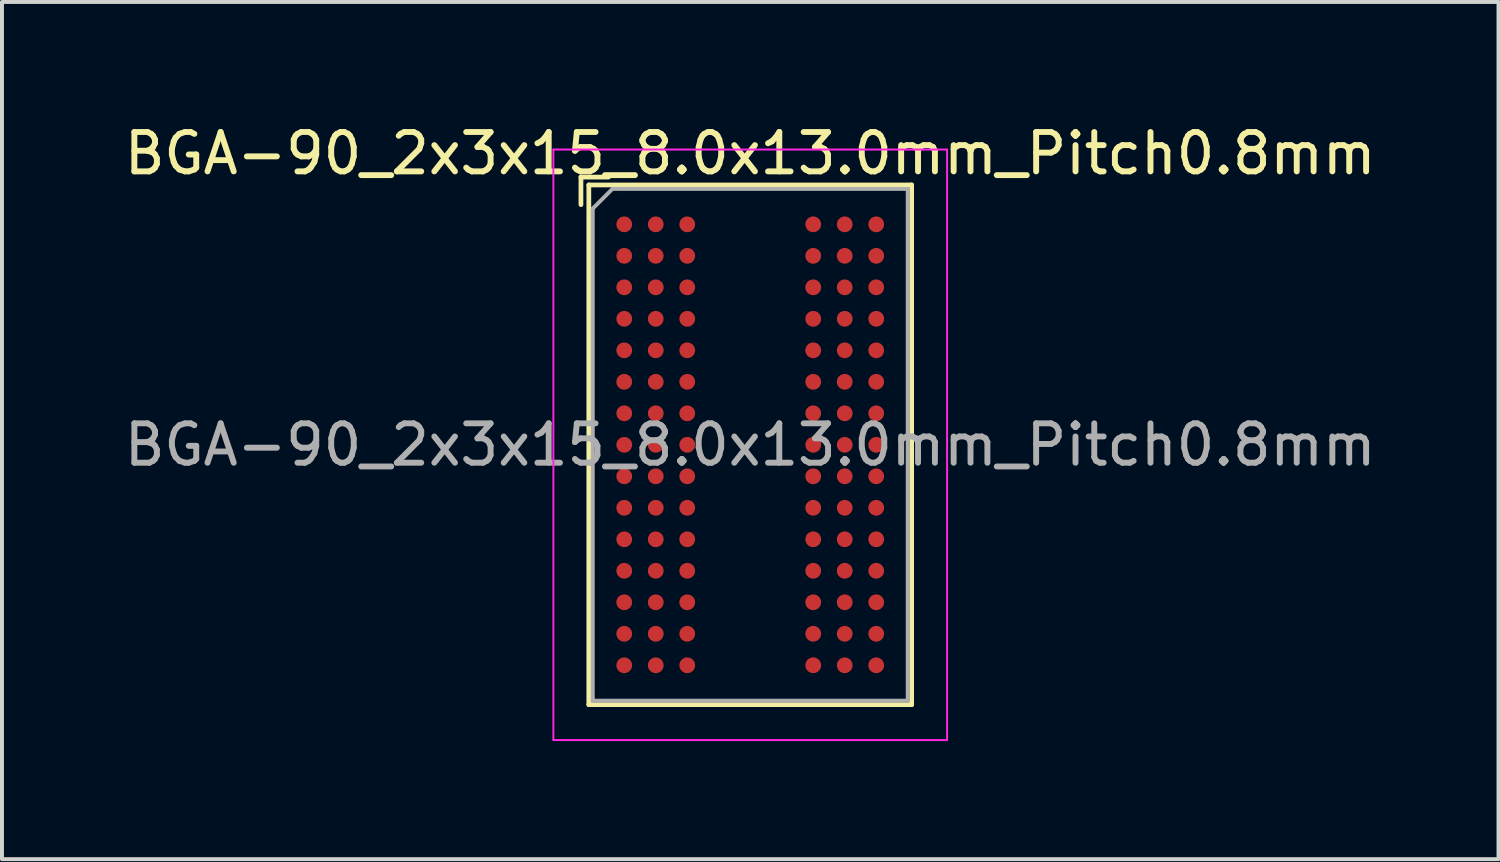
<source format=kicad_pcb>
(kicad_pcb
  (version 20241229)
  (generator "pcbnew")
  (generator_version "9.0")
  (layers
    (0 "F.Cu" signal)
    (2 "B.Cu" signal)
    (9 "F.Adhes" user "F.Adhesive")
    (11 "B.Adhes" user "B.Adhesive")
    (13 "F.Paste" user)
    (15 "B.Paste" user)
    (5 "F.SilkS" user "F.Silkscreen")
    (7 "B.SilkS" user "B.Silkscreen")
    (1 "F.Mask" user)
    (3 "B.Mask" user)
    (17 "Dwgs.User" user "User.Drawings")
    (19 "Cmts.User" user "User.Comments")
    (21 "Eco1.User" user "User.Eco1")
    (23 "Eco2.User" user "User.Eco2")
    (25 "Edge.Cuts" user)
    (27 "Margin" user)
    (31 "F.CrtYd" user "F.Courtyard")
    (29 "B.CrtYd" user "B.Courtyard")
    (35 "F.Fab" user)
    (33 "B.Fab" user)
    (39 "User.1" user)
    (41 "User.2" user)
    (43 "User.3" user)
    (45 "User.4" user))
  (footprint "BGA-90_2x3x15_8.0x13.0mm_Pitch0.8mm"
    (layer "F.Cu")
    (at 16.006 8.248)
    (property "Reference" "BGA-90_2x3x15_8.0x13.0mm_Pitch0.8mm" (at 0 -7.4 0) (layer "F.SilkS") (effects (font (size 1 1) (thickness 0.15))))
    (attr smd)
    (fp_line (start -4.3 -6.8) (end -3.6 -6.8) (stroke (width 0.12) (type solid)) (layer "F.SilkS"))
    (fp_line (start -4.3 -6.1) (end -4.3 -6.8) (stroke (width 0.12) (type solid)) (layer "F.SilkS"))
    (fp_line (start -4.1 -6.6) (end -4.1 6.6) (stroke (width 0.12) (type solid)) (layer "F.SilkS"))
    (fp_line (start -4.1 6.6) (end 4.1 6.6) (stroke (width 0.12) (type solid)) (layer "F.SilkS"))
    (fp_line (start 4.1 -6.6) (end -4.1 -6.6) (stroke (width 0.12) (type solid)) (layer "F.SilkS"))
    (fp_line (start 4.1 6.6) (end 4.1 -6.6) (stroke (width 0.12) (type solid)) (layer "F.SilkS"))
    (fp_line (start -5 -7.5) (end -5 7.5) (stroke (width 0.05) (type solid)) (layer "F.CrtYd"))
    (fp_line (start -5 -7.5) (end 5 -7.5) (stroke (width 0.05) (type solid)) (layer "F.CrtYd"))
    (fp_line (start 5 7.5) (end -5 7.5) (stroke (width 0.05) (type solid)) (layer "F.CrtYd"))
    (fp_line (start 5 7.5) (end 5 -7.5) (stroke (width 0.05) (type solid)) (layer "F.CrtYd"))
    (fp_line (start -4 -6) (end -4 6.5) (stroke (width 0.1) (type solid)) (layer "F.Fab"))
    (fp_line (start -4 6.5) (end 4 6.5) (stroke (width 0.1) (type solid)) (layer "F.Fab"))
    (fp_line (start -3.5 -6.5) (end -4 -6) (stroke (width 0.1) (type solid)) (layer "F.Fab"))
    (fp_line (start 4 -6.5) (end -3.5 -6.5) (stroke (width 0.1) (type solid)) (layer "F.Fab"))
    (fp_line (start 4 6.5) (end 4 -6.5) (stroke (width 0.1) (type solid)) (layer "F.Fab"))
    (fp_text user "${REFERENCE}" (at 0 0 0) (layer "F.Fab") (effects (font (size 1 1) (thickness 0.15))))
    (pad "A1" smd circle (at -3.2 -5.6) (size 0.4 0.4) (layers "F.Cu" "F.Mask" "F.Paste"))
    (pad "A2" smd circle (at -2.4 -5.6) (size 0.4 0.4) (layers "F.Cu" "F.Mask" "F.Paste"))
    (pad "A3" smd circle (at -1.6 -5.6) (size 0.4 0.4) (layers "F.Cu" "F.Mask" "F.Paste"))
    (pad "A7" smd circle (at 1.6 -5.6) (size 0.4 0.4) (layers "F.Cu" "F.Mask" "F.Paste"))
    (pad "A8" smd circle (at 2.4 -5.6) (size 0.4 0.4) (layers "F.Cu" "F.Mask" "F.Paste"))
    (pad "A9" smd circle (at 3.2 -5.6) (size 0.4 0.4) (layers "F.Cu" "F.Mask" "F.Paste"))
    (pad "B1" smd circle (at -3.2 -4.8) (size 0.4 0.4) (layers "F.Cu" "F.Mask" "F.Paste"))
    (pad "B2" smd circle (at -2.4 -4.8) (size 0.4 0.4) (layers "F.Cu" "F.Mask" "F.Paste"))
    (pad "B3" smd circle (at -1.6 -4.8) (size 0.4 0.4) (layers "F.Cu" "F.Mask" "F.Paste"))
    (pad "B7" smd circle (at 1.6 -4.8) (size 0.4 0.4) (layers "F.Cu" "F.Mask" "F.Paste"))
    (pad "B8" smd circle (at 2.4 -4.8) (size 0.4 0.4) (layers "F.Cu" "F.Mask" "F.Paste"))
    (pad "B9" smd circle (at 3.2 -4.8) (size 0.4 0.4) (layers "F.Cu" "F.Mask" "F.Paste"))
    (pad "C1" smd circle (at -3.2 -4) (size 0.4 0.4) (layers "F.Cu" "F.Mask" "F.Paste"))
    (pad "C2" smd circle (at -2.4 -4) (size 0.4 0.4) (layers "F.Cu" "F.Mask" "F.Paste"))
    (pad "C3" smd circle (at -1.6 -4) (size 0.4 0.4) (layers "F.Cu" "F.Mask" "F.Paste"))
    (pad "C7" smd circle (at 1.6 -4) (size 0.4 0.4) (layers "F.Cu" "F.Mask" "F.Paste"))
    (pad "C8" smd circle (at 2.4 -4) (size 0.4 0.4) (layers "F.Cu" "F.Mask" "F.Paste"))
    (pad "C9" smd circle (at 3.2 -4) (size 0.4 0.4) (layers "F.Cu" "F.Mask" "F.Paste"))
    (pad "D1" smd circle (at -3.2 -3.2) (size 0.4 0.4) (layers "F.Cu" "F.Mask" "F.Paste"))
    (pad "D2" smd circle (at -2.4 -3.2) (size 0.4 0.4) (layers "F.Cu" "F.Mask" "F.Paste"))
    (pad "D3" smd circle (at -1.6 -3.2) (size 0.4 0.4) (layers "F.Cu" "F.Mask" "F.Paste"))
    (pad "D7" smd circle (at 1.6 -3.2) (size 0.4 0.4) (layers "F.Cu" "F.Mask" "F.Paste"))
    (pad "D8" smd circle (at 2.4 -3.2) (size 0.4 0.4) (layers "F.Cu" "F.Mask" "F.Paste"))
    (pad "D9" smd circle (at 3.2 -3.2) (size 0.4 0.4) (layers "F.Cu" "F.Mask" "F.Paste"))
    (pad "E1" smd circle (at -3.2 -2.4) (size 0.4 0.4) (layers "F.Cu" "F.Mask" "F.Paste"))
    (pad "E2" smd circle (at -2.4 -2.4) (size 0.4 0.4) (layers "F.Cu" "F.Mask" "F.Paste"))
    (pad "E3" smd circle (at -1.6 -2.4) (size 0.4 0.4) (layers "F.Cu" "F.Mask" "F.Paste"))
    (pad "E7" smd circle (at 1.6 -2.4) (size 0.4 0.4) (layers "F.Cu" "F.Mask" "F.Paste"))
    (pad "E8" smd circle (at 2.4 -2.4) (size 0.4 0.4) (layers "F.Cu" "F.Mask" "F.Paste"))
    (pad "E9" smd circle (at 3.2 -2.4) (size 0.4 0.4) (layers "F.Cu" "F.Mask" "F.Paste"))
    (pad "F1" smd circle (at -3.2 -1.6) (size 0.4 0.4) (layers "F.Cu" "F.Mask" "F.Paste"))
    (pad "F2" smd circle (at -2.4 -1.6) (size 0.4 0.4) (layers "F.Cu" "F.Mask" "F.Paste"))
    (pad "F3" smd circle (at -1.6 -1.6) (size 0.4 0.4) (layers "F.Cu" "F.Mask" "F.Paste"))
    (pad "F7" smd circle (at 1.6 -1.6) (size 0.4 0.4) (layers "F.Cu" "F.Mask" "F.Paste"))
    (pad "F8" smd circle (at 2.4 -1.6) (size 0.4 0.4) (layers "F.Cu" "F.Mask" "F.Paste"))
    (pad "F9" smd circle (at 3.2 -1.6) (size 0.4 0.4) (layers "F.Cu" "F.Mask" "F.Paste"))
    (pad "G1" smd circle (at -3.2 -0.8) (size 0.4 0.4) (layers "F.Cu" "F.Mask" "F.Paste"))
    (pad "G2" smd circle (at -2.4 -0.8) (size 0.4 0.4) (layers "F.Cu" "F.Mask" "F.Paste"))
    (pad "G3" smd circle (at -1.6 -0.8) (size 0.4 0.4) (layers "F.Cu" "F.Mask" "F.Paste"))
    (pad "G7" smd circle (at 1.6 -0.8) (size 0.4 0.4) (layers "F.Cu" "F.Mask" "F.Paste"))
    (pad "G8" smd circle (at 2.4 -0.8) (size 0.4 0.4) (layers "F.Cu" "F.Mask" "F.Paste"))
    (pad "G9" smd circle (at 3.2 -0.8) (size 0.4 0.4) (layers "F.Cu" "F.Mask" "F.Paste"))
    (pad "H1" smd circle (at -3.2 0) (size 0.4 0.4) (layers "F.Cu" "F.Mask" "F.Paste"))
    (pad "H2" smd circle (at -2.4 0) (size 0.4 0.4) (layers "F.Cu" "F.Mask" "F.Paste"))
    (pad "H3" smd circle (at -1.6 0) (size 0.4 0.4) (layers "F.Cu" "F.Mask" "F.Paste"))
    (pad "H7" smd circle (at 1.6 0) (size 0.4 0.4) (layers "F.Cu" "F.Mask" "F.Paste"))
    (pad "H8" smd circle (at 2.4 0) (size 0.4 0.4) (layers "F.Cu" "F.Mask" "F.Paste"))
    (pad "H9" smd circle (at 3.2 0) (size 0.4 0.4) (layers "F.Cu" "F.Mask" "F.Paste"))
    (pad "J1" smd circle (at -3.2 0.8) (size 0.4 0.4) (layers "F.Cu" "F.Mask" "F.Paste"))
    (pad "J2" smd circle (at -2.4 0.8) (size 0.4 0.4) (layers "F.Cu" "F.Mask" "F.Paste"))
    (pad "J3" smd circle (at -1.6 0.8) (size 0.4 0.4) (layers "F.Cu" "F.Mask" "F.Paste"))
    (pad "J7" smd circle (at 1.6 0.8) (size 0.4 0.4) (layers "F.Cu" "F.Mask" "F.Paste"))
    (pad "J8" smd circle (at 2.4 0.8) (size 0.4 0.4) (layers "F.Cu" "F.Mask" "F.Paste"))
    (pad "J9" smd circle (at 3.2 0.8) (size 0.4 0.4) (layers "F.Cu" "F.Mask" "F.Paste"))
    (pad "K1" smd circle (at -3.2 1.6) (size 0.4 0.4) (layers "F.Cu" "F.Mask" "F.Paste"))
    (pad "K2" smd circle (at -2.4 1.6) (size 0.4 0.4) (layers "F.Cu" "F.Mask" "F.Paste"))
    (pad "K3" smd circle (at -1.6 1.6) (size 0.4 0.4) (layers "F.Cu" "F.Mask" "F.Paste"))
    (pad "K7" smd circle (at 1.6 1.6) (size 0.4 0.4) (layers "F.Cu" "F.Mask" "F.Paste"))
    (pad "K8" smd circle (at 2.4 1.6) (size 0.4 0.4) (layers "F.Cu" "F.Mask" "F.Paste"))
    (pad "K9" smd circle (at 3.2 1.6) (size 0.4 0.4) (layers "F.Cu" "F.Mask" "F.Paste"))
    (pad "L1" smd circle (at -3.2 2.4) (size 0.4 0.4) (layers "F.Cu" "F.Mask" "F.Paste"))
    (pad "L2" smd circle (at -2.4 2.4) (size 0.4 0.4) (layers "F.Cu" "F.Mask" "F.Paste"))
    (pad "L3" smd circle (at -1.6 2.4) (size 0.4 0.4) (layers "F.Cu" "F.Mask" "F.Paste"))
    (pad "L7" smd circle (at 1.6 2.4) (size 0.4 0.4) (layers "F.Cu" "F.Mask" "F.Paste"))
    (pad "L8" smd circle (at 2.4 2.4) (size 0.4 0.4) (layers "F.Cu" "F.Mask" "F.Paste"))
    (pad "L9" smd circle (at 3.2 2.4) (size 0.4 0.4) (layers "F.Cu" "F.Mask" "F.Paste"))
    (pad "M1" smd circle (at -3.2 3.2) (size 0.4 0.4) (layers "F.Cu" "F.Mask" "F.Paste"))
    (pad "M2" smd circle (at -2.4 3.2) (size 0.4 0.4) (layers "F.Cu" "F.Mask" "F.Paste"))
    (pad "M3" smd circle (at -1.6 3.2) (size 0.4 0.4) (layers "F.Cu" "F.Mask" "F.Paste"))
    (pad "M7" smd circle (at 1.6 3.2) (size 0.4 0.4) (layers "F.Cu" "F.Mask" "F.Paste"))
    (pad "M8" smd circle (at 2.4 3.2) (size 0.4 0.4) (layers "F.Cu" "F.Mask" "F.Paste"))
    (pad "M9" smd circle (at 3.2 3.2) (size 0.4 0.4) (layers "F.Cu" "F.Mask" "F.Paste"))
    (pad "N1" smd circle (at -3.2 4) (size 0.4 0.4) (layers "F.Cu" "F.Mask" "F.Paste"))
    (pad "N2" smd circle (at -2.4 4) (size 0.4 0.4) (layers "F.Cu" "F.Mask" "F.Paste"))
    (pad "N3" smd circle (at -1.6 4) (size 0.4 0.4) (layers "F.Cu" "F.Mask" "F.Paste"))
    (pad "N7" smd circle (at 1.6 4) (size 0.4 0.4) (layers "F.Cu" "F.Mask" "F.Paste"))
    (pad "N8" smd circle (at 2.4 4) (size 0.4 0.4) (layers "F.Cu" "F.Mask" "F.Paste"))
    (pad "N9" smd circle (at 3.2 4) (size 0.4 0.4) (layers "F.Cu" "F.Mask" "F.Paste"))
    (pad "P1" smd circle (at -3.2 4.8) (size 0.4 0.4) (layers "F.Cu" "F.Mask" "F.Paste"))
    (pad "P2" smd circle (at -2.4 4.8) (size 0.4 0.4) (layers "F.Cu" "F.Mask" "F.Paste"))
    (pad "P3" smd circle (at -1.6 4.8) (size 0.4 0.4) (layers "F.Cu" "F.Mask" "F.Paste"))
    (pad "P7" smd circle (at 1.6 4.8) (size 0.4 0.4) (layers "F.Cu" "F.Mask" "F.Paste"))
    (pad "P8" smd circle (at 2.4 4.8) (size 0.4 0.4) (layers "F.Cu" "F.Mask" "F.Paste"))
    (pad "P9" smd circle (at 3.2 4.8) (size 0.4 0.4) (layers "F.Cu" "F.Mask" "F.Paste"))
    (pad "R1" smd circle (at -3.2 5.6) (size 0.4 0.4) (layers "F.Cu" "F.Mask" "F.Paste"))
    (pad "R2" smd circle (at -2.4 5.6) (size 0.4 0.4) (layers "F.Cu" "F.Mask" "F.Paste"))
    (pad "R3" smd circle (at -1.6 5.6) (size 0.4 0.4) (layers "F.Cu" "F.Mask" "F.Paste"))
    (pad "R7" smd circle (at 1.6 5.6) (size 0.4 0.4) (layers "F.Cu" "F.Mask" "F.Paste"))
    (pad "R8" smd circle (at 2.4 5.6) (size 0.4 0.4) (layers "F.Cu" "F.Mask" "F.Paste"))
    (pad "R9" smd circle (at 3.2 5.6) (size 0.4 0.4) (layers "F.Cu" "F.Mask" "F.Paste")))
  (gr_rect
    (start -3 -3)
    (end 35.012 18.773)
    (stroke (width 0.1) (type default))
    (fill no)
    (layer "Edge.Cuts")))
</source>
